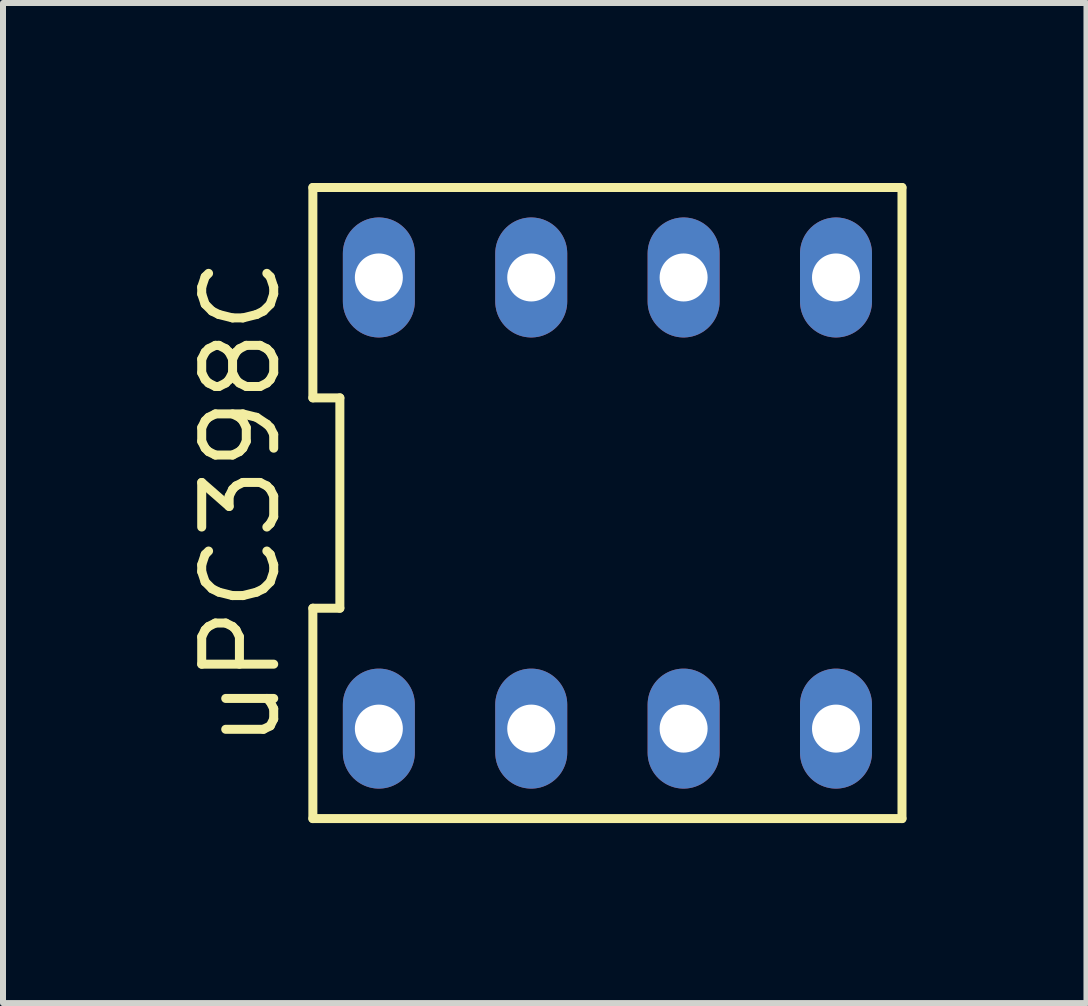
<source format=kicad_pcb>
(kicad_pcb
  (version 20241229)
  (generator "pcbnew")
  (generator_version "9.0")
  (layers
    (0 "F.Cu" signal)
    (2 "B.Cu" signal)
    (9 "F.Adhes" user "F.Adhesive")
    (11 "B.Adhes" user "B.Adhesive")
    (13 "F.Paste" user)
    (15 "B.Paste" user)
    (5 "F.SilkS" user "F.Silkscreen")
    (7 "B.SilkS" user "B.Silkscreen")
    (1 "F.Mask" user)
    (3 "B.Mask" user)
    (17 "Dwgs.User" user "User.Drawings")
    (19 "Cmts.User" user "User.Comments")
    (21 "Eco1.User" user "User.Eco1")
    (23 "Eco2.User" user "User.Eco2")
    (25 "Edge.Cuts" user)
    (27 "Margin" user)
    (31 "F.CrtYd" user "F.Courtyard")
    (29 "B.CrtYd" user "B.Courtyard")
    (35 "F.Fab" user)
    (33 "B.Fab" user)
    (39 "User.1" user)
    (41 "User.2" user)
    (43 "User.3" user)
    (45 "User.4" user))
  (footprint "uPC398C"
    (layer "F.Cu")
    (at 7.075 5.335)
    (property "Reference" "uPC398C" (at -6.11 0 90) (layer "F.SilkS") (effects (font (size 1.2 1.2) (thickness 0.15))))
    (attr through_hole)
    (fp_line (start -4.91 -5.26) (end -4.91 -1.753) (stroke (width 0.15) (type solid)) (layer "F.SilkS"))
    (fp_line (start -4.91 -1.753) (end -4.46 -1.753) (stroke (width 0.15) (type solid)) (layer "F.SilkS"))
    (fp_line (start -4.91 1.753) (end -4.91 5.26) (stroke (width 0.15) (type solid)) (layer "F.SilkS"))
    (fp_line (start -4.91 5.26) (end 4.91 5.26) (stroke (width 0.15) (type solid)) (layer "F.SilkS"))
    (fp_line (start -4.46 -1.753) (end -4.46 1.753) (stroke (width 0.15) (type solid)) (layer "F.SilkS"))
    (fp_line (start -4.46 1.753) (end -4.91 1.753) (stroke (width 0.15) (type solid)) (layer "F.SilkS"))
    (fp_line (start 4.91 -5.26) (end -4.91 -5.26) (stroke (width 0.15) (type solid)) (layer "F.SilkS"))
    (fp_line (start 4.91 5.26) (end 4.91 -5.26) (stroke (width 0.15) (type solid)) (layer "F.SilkS"))
    (pad "1" thru_hole oval (at -3.81 3.76) (size 1.2 2) (drill 0.8) (layers "*.Cu" "*.Mask"))
    (pad "2" thru_hole oval (at -1.27 3.76) (size 1.2 2) (drill 0.8) (layers "*.Cu" "*.Mask"))
    (pad "3" thru_hole oval (at 1.27 3.76) (size 1.2 2) (drill 0.8) (layers "*.Cu" "*.Mask"))
    (pad "4" thru_hole oval (at 3.81 3.76) (size 1.2 2) (drill 0.8) (layers "*.Cu" "*.Mask"))
    (pad "5" thru_hole oval (at 3.81 -3.76) (size 1.2 2) (drill 0.8) (layers "*.Cu" "*.Mask"))
    (pad "6" thru_hole oval (at 1.27 -3.76) (size 1.2 2) (drill 0.8) (layers "*.Cu" "*.Mask"))
    (pad "7" thru_hole oval (at -1.27 -3.76) (size 1.2 2) (drill 0.8) (layers "*.Cu" "*.Mask"))
    (pad "8" thru_hole oval (at -3.81 -3.76) (size 1.2 2) (drill 0.8) (layers "*.Cu" "*.Mask")))
  (gr_rect
    (start -3 -3)
    (end 15.06 13.67)
    (stroke (width 0.1) (type default))
    (fill no)
    (layer "Edge.Cuts")))
</source>
